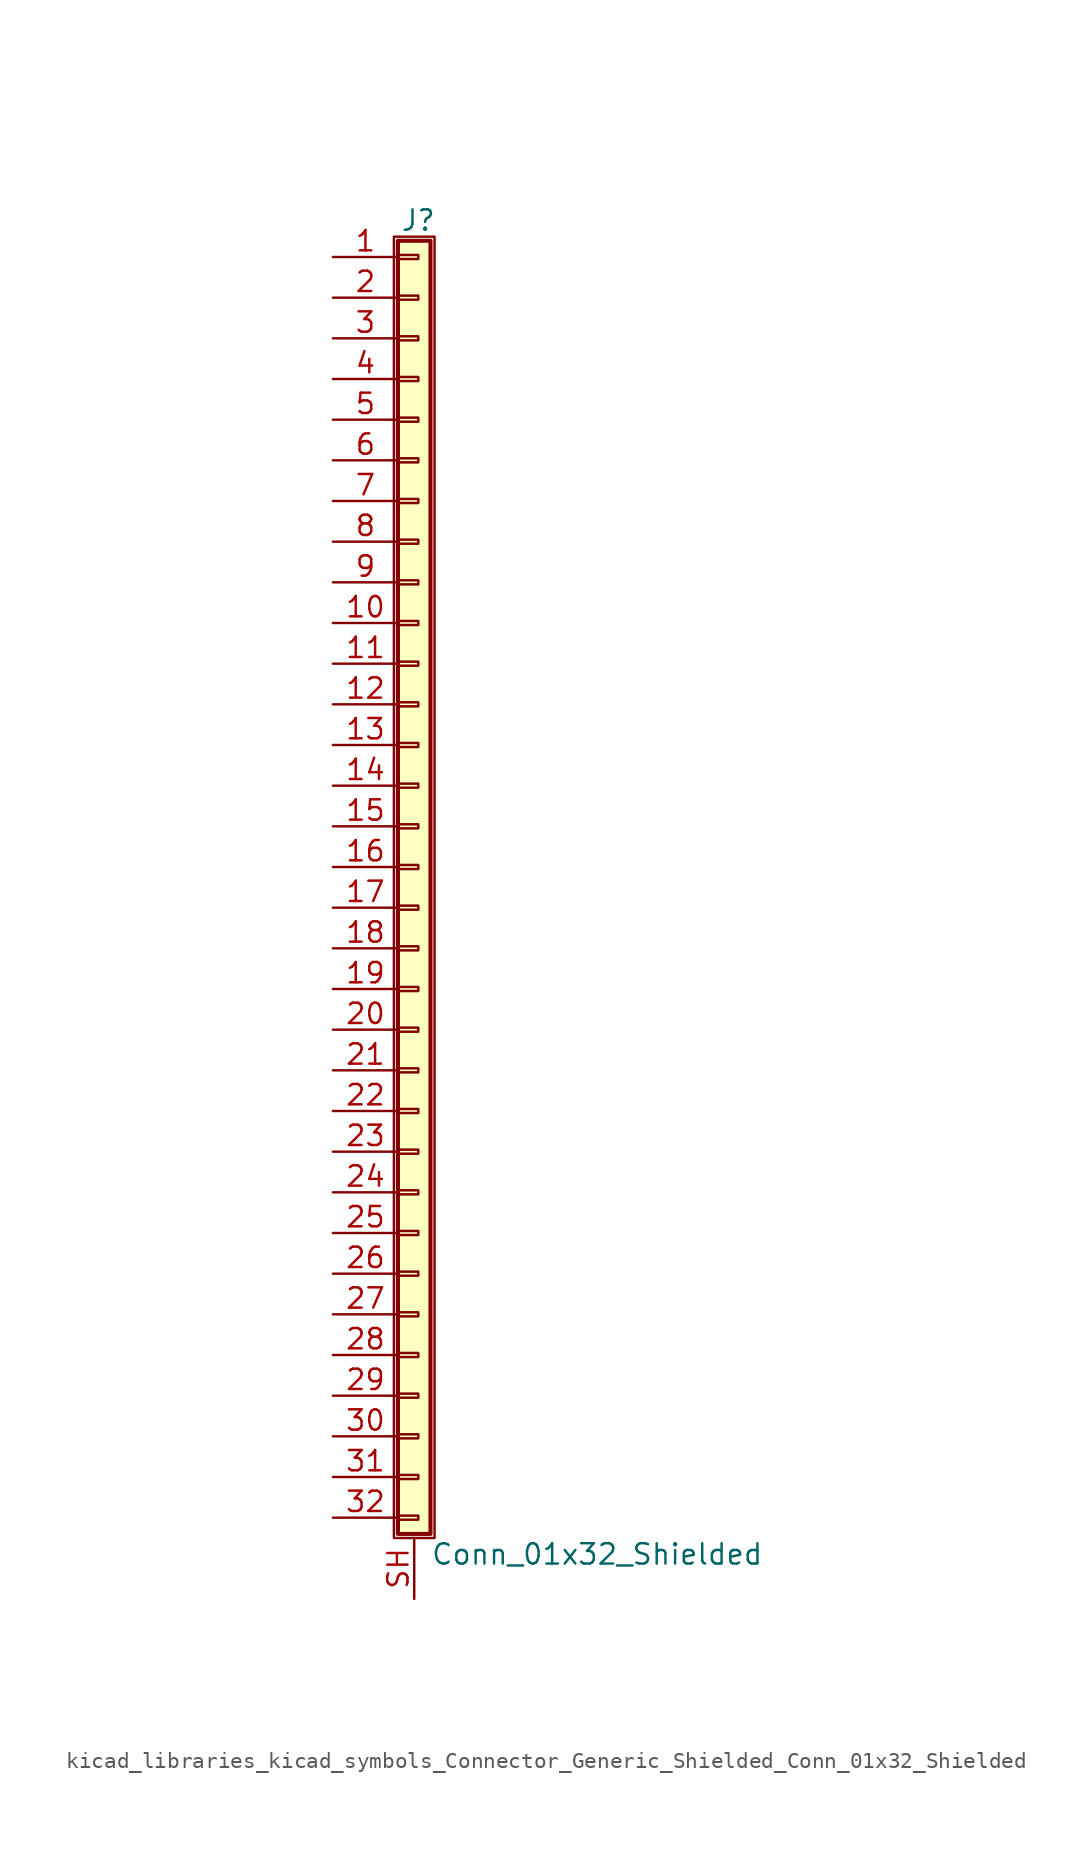
<source format=kicad_sym>
(kicad_symbol_lib
  (version 20220914)
  (generator kicad_symbol_editor)
  (symbol "kicad_libraries_kicad_symbols_Connector_Generic_Shielded_Conn_01x32_Shielded"
    (pin_names
      (offset 1.016) hide)
    (property "Reference" "J"
      (at 0.254 40.386 0)
      (effects (font (size 1.27 1.27))))
    (property "Value" "Conn_01x32_Shielded"
      (at 1.016 -42.926 0)
      (effects (font (size 1.27 1.27)) (justify left)))
    (symbol "kicad_libraries_kicad_symbols_Connector_Generic_Shielded_Conn_01x32_Shielded_1_1"
      (rectangle (start -1.27 39.37) (end 1.27 -41.91) (stroke (width 0.152) (type default)) (fill (type none)))
      (rectangle (start -1.016 -40.513) (end 0.254 -40.767) (stroke (width 0.152) (type default)) (fill (type none)))
      (rectangle (start -1.016 -37.973) (end 0.254 -38.227) (stroke (width 0.152) (type default)) (fill (type none)))
      (rectangle (start -1.016 -35.433) (end 0.254 -35.687) (stroke (width 0.152) (type default)) (fill (type none)))
      (rectangle (start -1.016 -32.893) (end 0.254 -33.147) (stroke (width 0.152) (type default)) (fill (type none)))
      (rectangle (start -1.016 -30.353) (end 0.254 -30.607) (stroke (width 0.152) (type default)) (fill (type none)))
      (rectangle (start -1.016 -27.813) (end 0.254 -28.067) (stroke (width 0.152) (type default)) (fill (type none)))
      (rectangle (start -1.016 -25.273) (end 0.254 -25.527) (stroke (width 0.152) (type default)) (fill (type none)))
      (rectangle (start -1.016 -22.733) (end 0.254 -22.987) (stroke (width 0.152) (type default)) (fill (type none)))
      (rectangle (start -1.016 -20.193) (end 0.254 -20.447) (stroke (width 0.152) (type default)) (fill (type none)))
      (rectangle (start -1.016 -17.653) (end 0.254 -17.907) (stroke (width 0.152) (type default)) (fill (type none)))
      (rectangle (start -1.016 -15.113) (end 0.254 -15.367) (stroke (width 0.152) (type default)) (fill (type none)))
      (rectangle (start -1.016 -12.573) (end 0.254 -12.827) (stroke (width 0.152) (type default)) (fill (type none)))
      (rectangle (start -1.016 -10.033) (end 0.254 -10.287) (stroke (width 0.152) (type default)) (fill (type none)))
      (rectangle (start -1.016 -7.493) (end 0.254 -7.747) (stroke (width 0.152) (type default)) (fill (type none)))
      (rectangle (start -1.016 -4.953) (end 0.254 -5.207) (stroke (width 0.152) (type default)) (fill (type none)))
      (rectangle (start -1.016 -2.413) (end 0.254 -2.667) (stroke (width 0.152) (type default)) (fill (type none)))
      (rectangle (start -1.016 0.127) (end 0.254 -0.127) (stroke (width 0.152) (type default)) (fill (type none)))
      (rectangle (start -1.016 2.667) (end 0.254 2.413) (stroke (width 0.152) (type default)) (fill (type none)))
      (rectangle (start -1.016 5.207) (end 0.254 4.953) (stroke (width 0.152) (type default)) (fill (type none)))
      (rectangle (start -1.016 7.747) (end 0.254 7.493) (stroke (width 0.152) (type default)) (fill (type none)))
      (rectangle (start -1.016 10.287) (end 0.254 10.033) (stroke (width 0.152) (type default)) (fill (type none)))
      (rectangle (start -1.016 12.827) (end 0.254 12.573) (stroke (width 0.152) (type default)) (fill (type none)))
      (rectangle (start -1.016 15.367) (end 0.254 15.113) (stroke (width 0.152) (type default)) (fill (type none)))
      (rectangle (start -1.016 17.907) (end 0.254 17.653) (stroke (width 0.152) (type default)) (fill (type none)))
      (rectangle (start -1.016 20.447) (end 0.254 20.193) (stroke (width 0.152) (type default)) (fill (type none)))
      (rectangle (start -1.016 22.987) (end 0.254 22.733) (stroke (width 0.152) (type default)) (fill (type none)))
      (rectangle (start -1.016 25.527) (end 0.254 25.273) (stroke (width 0.152) (type default)) (fill (type none)))
      (rectangle (start -1.016 28.067) (end 0.254 27.813) (stroke (width 0.152) (type default)) (fill (type none)))
      (rectangle (start -1.016 30.607) (end 0.254 30.353) (stroke (width 0.152) (type default)) (fill (type none)))
      (rectangle (start -1.016 33.147) (end 0.254 32.893) (stroke (width 0.152) (type default)) (fill (type none)))
      (rectangle (start -1.016 35.687) (end 0.254 35.433) (stroke (width 0.152) (type default)) (fill (type none)))
      (rectangle (start -1.016 38.227) (end 0.254 37.973) (stroke (width 0.152) (type default)) (fill (type none)))
      (rectangle (start -1.016 39.116) (end 1.016 -41.656) (stroke (width 0.254) (type default)) (fill (type background)))
      (pin passive line (at -5.08 38.1 0) (length 4.064) (name "Pin_1" (effects (font (size 1.27 1.27)))) (number "1" (effects (font (size 1.27 1.27)))))
      (pin passive line (at -5.08 15.24 0) (length 4.064) (name "Pin_10" (effects (font (size 1.27 1.27)))) (number "10" (effects (font (size 1.27 1.27)))))
      (pin passive line (at -5.08 12.7 0) (length 4.064) (name "Pin_11" (effects (font (size 1.27 1.27)))) (number "11" (effects (font (size 1.27 1.27)))))
      (pin passive line (at -5.08 10.16 0) (length 4.064) (name "Pin_12" (effects (font (size 1.27 1.27)))) (number "12" (effects (font (size 1.27 1.27)))))
      (pin passive line (at -5.08 7.62 0) (length 4.064) (name "Pin_13" (effects (font (size 1.27 1.27)))) (number "13" (effects (font (size 1.27 1.27)))))
      (pin passive line (at -5.08 5.08 0) (length 4.064) (name "Pin_14" (effects (font (size 1.27 1.27)))) (number "14" (effects (font (size 1.27 1.27)))))
      (pin passive line (at -5.08 2.54 0) (length 4.064) (name "Pin_15" (effects (font (size 1.27 1.27)))) (number "15" (effects (font (size 1.27 1.27)))))
      (pin passive line (at -5.08 0 0) (length 4.064) (name "Pin_16" (effects (font (size 1.27 1.27)))) (number "16" (effects (font (size 1.27 1.27)))))
      (pin passive line (at -5.08 -2.54 0) (length 4.064) (name "Pin_17" (effects (font (size 1.27 1.27)))) (number "17" (effects (font (size 1.27 1.27)))))
      (pin passive line (at -5.08 -5.08 0) (length 4.064) (name "Pin_18" (effects (font (size 1.27 1.27)))) (number "18" (effects (font (size 1.27 1.27)))))
      (pin passive line (at -5.08 -7.62 0) (length 4.064) (name "Pin_19" (effects (font (size 1.27 1.27)))) (number "19" (effects (font (size 1.27 1.27)))))
      (pin passive line (at -5.08 35.56 0) (length 4.064) (name "Pin_2" (effects (font (size 1.27 1.27)))) (number "2" (effects (font (size 1.27 1.27)))))
      (pin passive line (at -5.08 -10.16 0) (length 4.064) (name "Pin_20" (effects (font (size 1.27 1.27)))) (number "20" (effects (font (size 1.27 1.27)))))
      (pin passive line (at -5.08 -12.7 0) (length 4.064) (name "Pin_21" (effects (font (size 1.27 1.27)))) (number "21" (effects (font (size 1.27 1.27)))))
      (pin passive line (at -5.08 -15.24 0) (length 4.064) (name "Pin_22" (effects (font (size 1.27 1.27)))) (number "22" (effects (font (size 1.27 1.27)))))
      (pin passive line (at -5.08 -17.78 0) (length 4.064) (name "Pin_23" (effects (font (size 1.27 1.27)))) (number "23" (effects (font (size 1.27 1.27)))))
      (pin passive line (at -5.08 -20.32 0) (length 4.064) (name "Pin_24" (effects (font (size 1.27 1.27)))) (number "24" (effects (font (size 1.27 1.27)))))
      (pin passive line (at -5.08 -22.86 0) (length 4.064) (name "Pin_25" (effects (font (size 1.27 1.27)))) (number "25" (effects (font (size 1.27 1.27)))))
      (pin passive line (at -5.08 -25.4 0) (length 4.064) (name "Pin_26" (effects (font (size 1.27 1.27)))) (number "26" (effects (font (size 1.27 1.27)))))
      (pin passive line (at -5.08 -27.94 0) (length 4.064) (name "Pin_27" (effects (font (size 1.27 1.27)))) (number "27" (effects (font (size 1.27 1.27)))))
      (pin passive line (at -5.08 -30.48 0) (length 4.064) (name "Pin_28" (effects (font (size 1.27 1.27)))) (number "28" (effects (font (size 1.27 1.27)))))
      (pin passive line (at -5.08 -33.02 0) (length 4.064) (name "Pin_29" (effects (font (size 1.27 1.27)))) (number "29" (effects (font (size 1.27 1.27)))))
      (pin passive line (at -5.08 33.02 0) (length 4.064) (name "Pin_3" (effects (font (size 1.27 1.27)))) (number "3" (effects (font (size 1.27 1.27)))))
      (pin passive line (at -5.08 -35.56 0) (length 4.064) (name "Pin_30" (effects (font (size 1.27 1.27)))) (number "30" (effects (font (size 1.27 1.27)))))
      (pin passive line (at -5.08 -38.1 0) (length 4.064) (name "Pin_31" (effects (font (size 1.27 1.27)))) (number "31" (effects (font (size 1.27 1.27)))))
      (pin passive line (at -5.08 -40.64 0) (length 4.064) (name "Pin_32" (effects (font (size 1.27 1.27)))) (number "32" (effects (font (size 1.27 1.27)))))
      (pin passive line (at -5.08 30.48 0) (length 4.064) (name "Pin_4" (effects (font (size 1.27 1.27)))) (number "4" (effects (font (size 1.27 1.27)))))
      (pin passive line (at -5.08 27.94 0) (length 4.064) (name "Pin_5" (effects (font (size 1.27 1.27)))) (number "5" (effects (font (size 1.27 1.27)))))
      (pin passive line (at -5.08 25.4 0) (length 4.064) (name "Pin_6" (effects (font (size 1.27 1.27)))) (number "6" (effects (font (size 1.27 1.27)))))
      (pin passive line (at -5.08 22.86 0) (length 4.064) (name "Pin_7" (effects (font (size 1.27 1.27)))) (number "7" (effects (font (size 1.27 1.27)))))
      (pin passive line (at -5.08 20.32 0) (length 4.064) (name "Pin_8" (effects (font (size 1.27 1.27)))) (number "8" (effects (font (size 1.27 1.27)))))
      (pin passive line (at -5.08 17.78 0) (length 4.064) (name "Pin_9" (effects (font (size 1.27 1.27)))) (number "9" (effects (font (size 1.27 1.27)))))
      (pin passive line (at 0 -45.72 90) (length 3.81) (name "Shield" (effects (font (size 1.27 1.27)))) (number "SH" (effects (font (size 1.27 1.27))))))))
</source>
